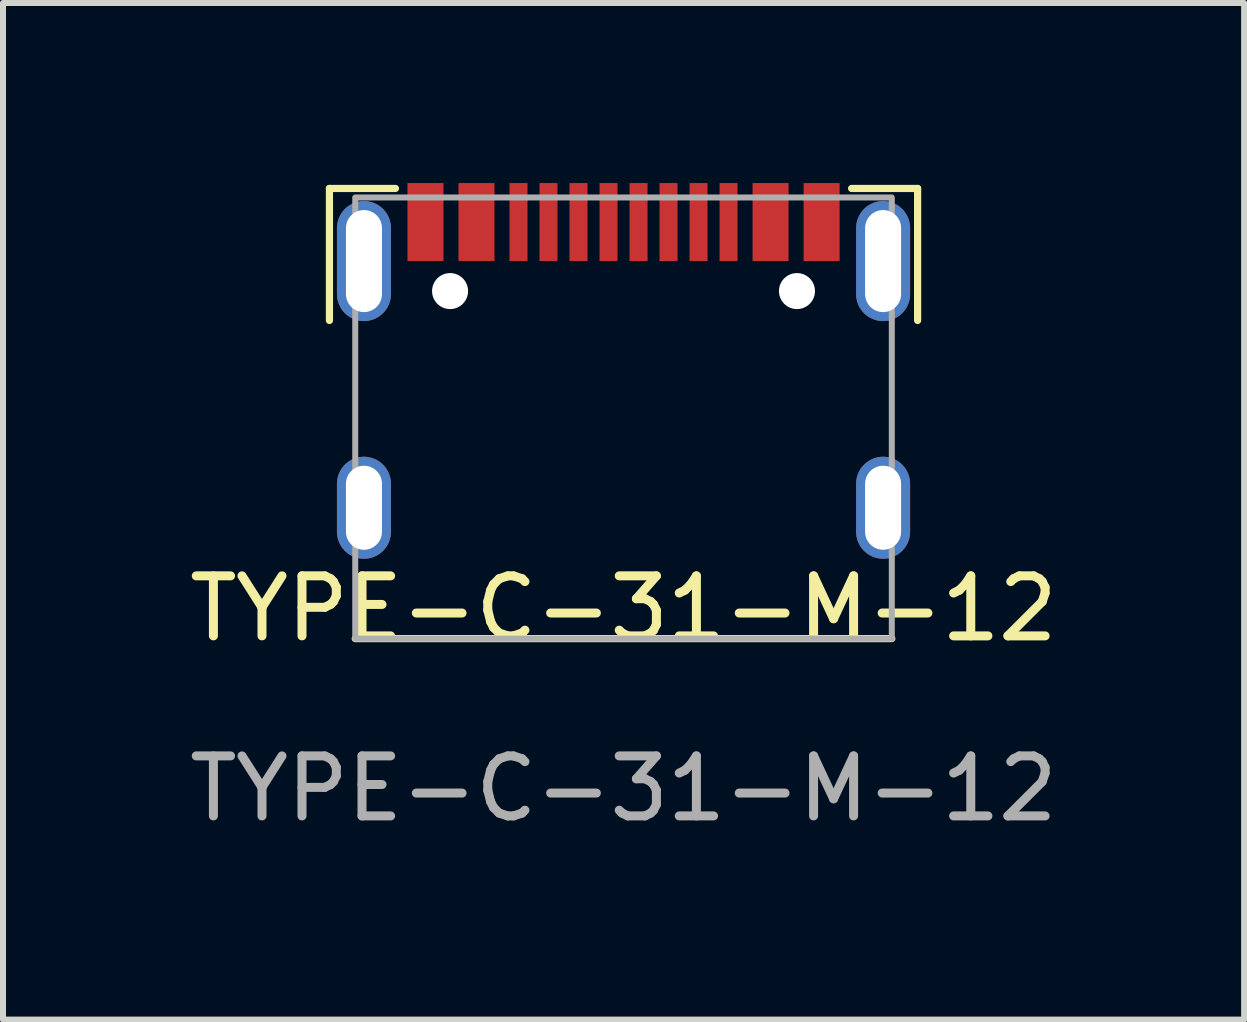
<source format=kicad_pcb>
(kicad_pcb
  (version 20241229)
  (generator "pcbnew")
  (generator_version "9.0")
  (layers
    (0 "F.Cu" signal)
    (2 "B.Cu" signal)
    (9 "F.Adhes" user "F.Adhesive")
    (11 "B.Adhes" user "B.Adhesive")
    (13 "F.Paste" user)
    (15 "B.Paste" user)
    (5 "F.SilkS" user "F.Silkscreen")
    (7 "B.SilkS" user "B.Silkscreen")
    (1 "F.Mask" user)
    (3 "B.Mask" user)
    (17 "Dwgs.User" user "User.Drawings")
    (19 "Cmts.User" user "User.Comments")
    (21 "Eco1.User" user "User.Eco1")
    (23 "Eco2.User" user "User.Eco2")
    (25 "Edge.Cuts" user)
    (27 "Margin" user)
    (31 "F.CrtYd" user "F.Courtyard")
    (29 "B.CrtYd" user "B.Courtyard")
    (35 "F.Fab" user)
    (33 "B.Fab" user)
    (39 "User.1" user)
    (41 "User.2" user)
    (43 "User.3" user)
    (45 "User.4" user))
  (footprint "TYPE-C-31-M-12"
    (layer "F.Cu")
    (at 7.339 7.59)
    (property "Reference" "TYPE-C-31-M-12" (at 0 -0.5 0) (unlocked yes) (layer "F.SilkS") (effects (font (size 1 1) (thickness 0.15))))
    (attr smd)
    (fp_line (start -4.9 -7.5) (end -3.8 -7.5) (stroke (width 0.12) (type solid)) (layer "F.SilkS"))
    (fp_line (start -4.9 -5.3) (end -4.9 -7.5) (stroke (width 0.12) (type solid)) (layer "F.SilkS"))
    (fp_line (start 4.47 0) (end -4.47 0) (stroke (width 0.12) (type solid)) (layer "F.SilkS"))
    (fp_line (start 4.9 -7.5) (end 3.8 -7.5) (stroke (width 0.12) (type solid)) (layer "F.SilkS"))
    (fp_line (start 4.9 -5.3) (end 4.9 -7.5) (stroke (width 0.12) (type solid)) (layer "F.SilkS"))
    (fp_rect (start -4.47 -7.35) (end 4.47 0) (stroke (width 0.1) (type solid)) (fill no) (layer "F.Fab"))
    (fp_text user "${REFERENCE}" (at 0 2.5 0) (unlocked yes) (layer "F.Fab") (effects (font (size 1 1) (thickness 0.15))))
    (pad "" np_thru_hole circle (at -2.89 -5.79) (size 0.6 0.6) (drill 0.6) (layers "*.Cu" "*.Mask"))
    (pad "" np_thru_hole circle (at 2.89 -5.79) (size 0.6 0.6) (drill 0.6) (layers "*.Cu" "*.Mask"))
    (pad "A1" smd rect (at -3.3 -6.94) (size 0.6 1.3) (layers "F.Cu" "F.Mask" "F.Paste"))
    (pad "A1" smd rect (at 3.3 -6.94) (size 0.6 1.3) (layers "F.Cu" "F.Mask" "F.Paste"))
    (pad "A4" smd rect (at -2.45 -6.94) (size 0.6 1.3) (layers "F.Cu" "F.Mask" "F.Paste"))
    (pad "A4" smd rect (at 2.45 -6.94) (size 0.6 1.3) (layers "F.Cu" "F.Mask" "F.Paste"))
    (pad "A5" smd rect (at -1.25 -6.94) (size 0.3 1.3) (layers "F.Cu" "F.Mask" "F.Paste"))
    (pad "A6" smd rect (at -0.25 -6.94) (size 0.3 1.3) (layers "F.Cu" "F.Mask" "F.Paste"))
    (pad "A7" smd rect (at 0.25 -6.94) (size 0.3 1.3) (layers "F.Cu" "F.Mask" "F.Paste"))
    (pad "A8" smd rect (at 1.25 -6.94) (size 0.3 1.3) (layers "F.Cu" "F.Mask" "F.Paste"))
    (pad "B5" smd rect (at 1.75 -6.94) (size 0.3 1.3) (layers "F.Cu" "F.Mask" "F.Paste"))
    (pad "B6" smd rect (at 0.75 -6.94) (size 0.3 1.3) (layers "F.Cu" "F.Mask" "F.Paste"))
    (pad "B7" smd rect (at -0.75 -6.94) (size 0.3 1.3) (layers "F.Cu" "F.Mask" "F.Paste"))
    (pad "B8" smd rect (at -1.75 -6.94) (size 0.3 1.3) (layers "F.Cu" "F.Mask" "F.Paste"))
    (pad "S1" thru_hole oval (at -4.325 -6.29) (size 0.9 2) (drill oval 0.6 1.7) (layers "*.Cu" "*.Mask"))
    (pad "S1" thru_hole oval (at -4.325 -2.18) (size 0.9 1.7) (drill oval 0.6 1.4) (layers "*.Cu" "*.Mask"))
    (pad "S1" thru_hole oval (at 4.325 -6.29) (size 0.9 2) (drill oval 0.6 1.7) (layers "*.Cu" "*.Mask"))
    (pad "S1" thru_hole oval (at 4.325 -2.18) (size 0.9 1.7) (drill oval 0.6 1.4) (layers "*.Cu" "*.Mask")))
  (gr_rect
    (start -3 -3)
    (end 17.679 13.938)
    (stroke (width 0.1) (type default))
    (fill no)
    (layer "Edge.Cuts")))
</source>
